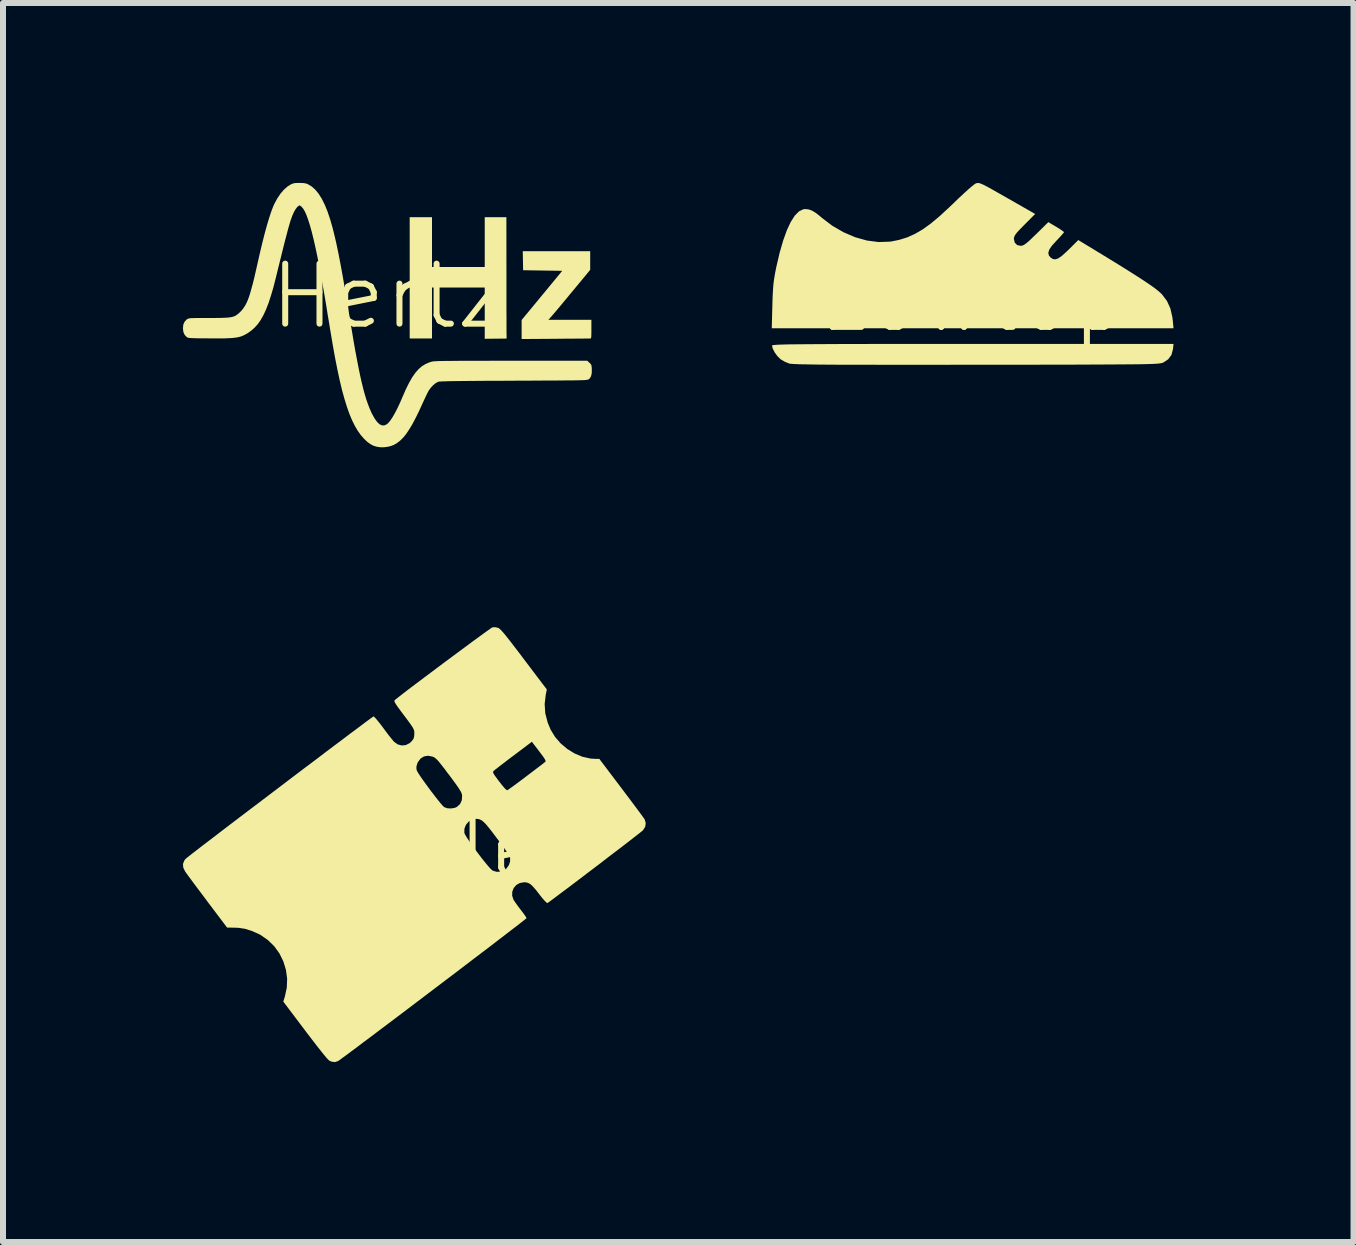
<source format=kicad_pcb>
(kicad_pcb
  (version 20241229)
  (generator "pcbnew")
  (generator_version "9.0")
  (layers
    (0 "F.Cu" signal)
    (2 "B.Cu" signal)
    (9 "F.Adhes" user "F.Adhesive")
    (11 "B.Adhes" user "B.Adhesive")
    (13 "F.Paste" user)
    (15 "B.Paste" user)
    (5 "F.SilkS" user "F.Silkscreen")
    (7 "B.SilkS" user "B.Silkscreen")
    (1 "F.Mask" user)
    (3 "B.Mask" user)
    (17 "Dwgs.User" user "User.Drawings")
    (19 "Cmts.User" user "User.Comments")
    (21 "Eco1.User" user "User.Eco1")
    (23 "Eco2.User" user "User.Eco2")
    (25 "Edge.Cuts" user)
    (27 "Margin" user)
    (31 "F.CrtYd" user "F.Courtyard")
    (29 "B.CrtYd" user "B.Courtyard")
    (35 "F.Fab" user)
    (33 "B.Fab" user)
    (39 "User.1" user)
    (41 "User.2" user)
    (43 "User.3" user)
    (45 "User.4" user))
  (footprint "Hertz"
    (layer "F.Cu")
    (at 3.419 2.388)
    (property "Reference" "Hertz" (at 0 -0.5 0) (unlocked yes) (layer "F.SilkS") (effects (font (size 1 1) (thickness 0.1))))
    (attr smd)
    (fp_poly (pts (xy 0.733 -1.402) (xy 0.733 -0.987) (xy 1.172 -0.987) (xy 1.612 -0.987) (xy 1.612 -1.402) (xy 1.612 -1.817) (xy 1.793 -1.817) (xy 1.973 -1.817) (xy 1.974 -0.872) (xy 1.974 -0.736) (xy 1.974 -0.605) (xy 1.974 -0.479) (xy 1.974 -0.361) (xy 1.974 -0.252) (xy 1.975 -0.153) (xy 1.975 -0.066) (xy 1.975 0.008) (xy 1.975 0.067) (xy 1.975 0.11) (xy 1.976 0.135) (xy 1.976 0.14) (xy 1.977 0.206) (xy 1.794 0.208) (xy 1.612 0.21) (xy 1.612 -0.217) (xy 1.612 -0.645) (xy 1.172 -0.645) (xy 0.733 -0.645) (xy 0.733 -0.22) (xy 0.733 0.205) (xy 0.547 0.205) (xy 0.361 0.205) (xy 0.361 -0.806) (xy 0.361 -1.817) (xy 0.547 -1.817) (xy 0.733 -1.817)) (stroke (width 0) (type solid)) (fill yes) (layer "F.SilkS"))
    (fp_poly (pts (xy 3.37 -1.095) (xy 3.37 -0.939) (xy 3.295 -0.848) (xy 3.271 -0.819) (xy 3.237 -0.778) (xy 3.194 -0.726) (xy 3.145 -0.667) (xy 3.091 -0.602) (xy 3.034 -0.533) (xy 2.981 -0.469) (xy 2.926 -0.403) (xy 2.874 -0.34) (xy 2.826 -0.283) (xy 2.784 -0.233) (xy 2.749 -0.192) (xy 2.723 -0.162) (xy 2.708 -0.145) (xy 2.708 -0.144) (xy 2.673 -0.107) (xy 3.031 -0.107) (xy 3.39 -0.107) (xy 3.39 0.049) (xy 3.39 0.108) (xy 3.389 0.15) (xy 3.388 0.177) (xy 3.385 0.194) (xy 3.381 0.203) (xy 3.375 0.205) (xy 3.373 0.205) (xy 3.36 0.206) (xy 3.33 0.206) (xy 3.283 0.206) (xy 3.223 0.207) (xy 3.15 0.207) (xy 3.066 0.208) (xy 2.974 0.208) (xy 2.875 0.209) (xy 2.792 0.21) (xy 2.227 0.214) (xy 2.227 0.056) (xy 2.227 -0.103) (xy 2.566 -0.513) (xy 2.904 -0.923) (xy 2.578 -0.928) (xy 2.252 -0.933) (xy 2.249 -1.092) (xy 2.246 -1.25) (xy 2.808 -1.25) (xy 3.37 -1.25)) (stroke (width 0) (type solid)) (fill yes) (layer "F.SilkS"))
    (fp_poly (pts (xy -1.425 -2.387) (xy -1.387 -2.383) (xy -1.358 -2.376) (xy -1.338 -2.368) (xy -1.274 -2.33) (xy -1.214 -2.277) (xy -1.158 -2.209) (xy -1.105 -2.125) (xy -1.055 -2.025) (xy -1.007 -1.907) (xy -0.962 -1.771) (xy -0.928 -1.653) (xy -0.908 -1.575) (xy -0.888 -1.492) (xy -0.867 -1.404) (xy -0.847 -1.308) (xy -0.825 -1.204) (xy -0.803 -1.089) (xy -0.779 -0.963) (xy -0.754 -0.825) (xy -0.728 -0.672) (xy -0.699 -0.505) (xy -0.668 -0.32) (xy -0.639 -0.142) (xy -0.605 0.063) (xy -0.574 0.25) (xy -0.544 0.42) (xy -0.515 0.573) (xy -0.488 0.712) (xy -0.462 0.837) (xy -0.436 0.95) (xy -0.411 1.052) (xy -0.386 1.143) (xy -0.361 1.225) (xy -0.335 1.299) (xy -0.309 1.367) (xy -0.282 1.429) (xy -0.266 1.463) (xy -0.223 1.54) (xy -0.181 1.598) (xy -0.14 1.636) (xy -0.099 1.654) (xy -0.058 1.653) (xy -0.018 1.633) (xy -0.006 1.623) (xy 0.029 1.585) (xy 0.068 1.529) (xy 0.11 1.457) (xy 0.156 1.369) (xy 0.204 1.266) (xy 0.245 1.171) (xy 0.299 1.047) (xy 0.352 0.941) (xy 0.403 0.852) (xy 0.455 0.778) (xy 0.508 0.717) (xy 0.563 0.669) (xy 0.623 0.632) (xy 0.687 0.604) (xy 0.73 0.591) (xy 0.74 0.589) (xy 0.754 0.587) (xy 0.773 0.585) (xy 0.798 0.584) (xy 0.83 0.582) (xy 0.87 0.581) (xy 0.918 0.58) (xy 0.977 0.579) (xy 1.046 0.579) (xy 1.127 0.578) (xy 1.221 0.577) (xy 1.329 0.577) (xy 1.452 0.577) (xy 1.591 0.577) (xy 1.746 0.576) (xy 1.919 0.576) (xy 2.054 0.576) (xy 3.322 0.576) (xy 3.357 0.609) (xy 3.376 0.627) (xy 3.387 0.644) (xy 3.393 0.665) (xy 3.396 0.697) (xy 3.397 0.714) (xy 3.396 0.781) (xy 3.385 0.832) (xy 3.363 0.87) (xy 3.348 0.883) (xy 3.343 0.886) (xy 3.339 0.889) (xy 3.332 0.891) (xy 3.323 0.893) (xy 3.31 0.895) (xy 3.293 0.897) (xy 3.269 0.899) (xy 3.239 0.9) (xy 3.201 0.901) (xy 3.155 0.902) (xy 3.098 0.903) (xy 3.031 0.904) (xy 2.951 0.904) (xy 2.859 0.905) (xy 2.752 0.906) (xy 2.631 0.906) (xy 2.493 0.907) (xy 2.339 0.908) (xy 2.166 0.908) (xy 2.097 0.909) (xy 1.91 0.91) (xy 1.741 0.91) (xy 1.59 0.911) (xy 1.455 0.912) (xy 1.337 0.913) (xy 1.234 0.914) (xy 1.145 0.915) (xy 1.069 0.916) (xy 1.005 0.917) (xy 0.954 0.919) (xy 0.912 0.92) (xy 0.881 0.922) (xy 0.858 0.923) (xy 0.843 0.925) (xy 0.837 0.927) (xy 0.797 0.947) (xy 0.755 0.981) (xy 0.714 1.024) (xy 0.684 1.065) (xy 0.67 1.089) (xy 0.65 1.127) (xy 0.627 1.176) (xy 0.601 1.231) (xy 0.577 1.283) (xy 0.515 1.419) (xy 0.457 1.536) (xy 0.403 1.638) (xy 0.351 1.724) (xy 0.302 1.797) (xy 0.253 1.857) (xy 0.204 1.906) (xy 0.154 1.945) (xy 0.102 1.976) (xy 0.062 1.993) (xy 0.003 2.009) (xy -0.064 2.018) (xy -0.132 2.018) (xy -0.19 2.009) (xy -0.191 2.009) (xy -0.247 1.991) (xy -0.297 1.964) (xy -0.346 1.928) (xy -0.4 1.877) (xy -0.401 1.876) (xy -0.454 1.815) (xy -0.505 1.744) (xy -0.553 1.662) (xy -0.599 1.569) (xy -0.644 1.463) (xy -0.686 1.343) (xy -0.727 1.21) (xy -0.768 1.061) (xy -0.807 0.897) (xy -0.846 0.715) (xy -0.885 0.517) (xy -0.924 0.299) (xy -0.932 0.249) (xy -0.947 0.161) (xy -0.964 0.061) (xy -0.981 -0.045) (xy -0.999 -0.15) (xy -1.015 -0.246) (xy -1.021 -0.288) (xy -1.061 -0.527) (xy -1.1 -0.747) (xy -1.137 -0.947) (xy -1.172 -1.13) (xy -1.206 -1.294) (xy -1.239 -1.44) (xy -1.271 -1.569) (xy -1.302 -1.681) (xy -1.332 -1.775) (xy -1.36 -1.853) (xy -1.388 -1.915) (xy -1.416 -1.961) (xy -1.442 -1.992) (xy -1.448 -1.996) (xy -1.475 -2.016) (xy -1.502 -1.997) (xy -1.521 -1.978) (xy -1.543 -1.948) (xy -1.56 -1.919) (xy -1.572 -1.896) (xy -1.584 -1.87) (xy -1.596 -1.842) (xy -1.608 -1.808) (xy -1.622 -1.77) (xy -1.636 -1.724) (xy -1.652 -1.67) (xy -1.67 -1.606) (xy -1.689 -1.532) (xy -1.712 -1.446) (xy -1.737 -1.348) (xy -1.765 -1.235) (xy -1.797 -1.106) (xy -1.833 -0.961) (xy -1.871 -0.806) (xy -1.911 -0.648) (xy -1.952 -0.509) (xy -1.992 -0.386) (xy -2.034 -0.278) (xy -2.077 -0.185) (xy -2.122 -0.105) (xy -2.171 -0.035) (xy -2.224 0.024) (xy -2.281 0.074) (xy -2.343 0.118) (xy -2.347 0.12) (xy -2.382 0.14) (xy -2.417 0.157) (xy -2.452 0.171) (xy -2.492 0.182) (xy -2.537 0.19) (xy -2.59 0.196) (xy -2.652 0.2) (xy -2.727 0.203) (xy -2.816 0.204) (xy -2.922 0.204) (xy -2.982 0.203) (xy -3.074 0.202) (xy -3.148 0.202) (xy -3.207 0.201) (xy -3.252 0.199) (xy -3.287 0.198) (xy -3.311 0.196) (xy -3.329 0.193) (xy -3.341 0.189) (xy -3.35 0.185) (xy -3.357 0.18) (xy -3.392 0.143) (xy -3.413 0.093) (xy -3.419 0.034) (xy -3.413 -0.027) (xy -3.392 -0.074) (xy -3.358 -0.111) (xy -3.352 -0.115) (xy -3.342 -0.121) (xy -3.333 -0.125) (xy -3.32 -0.129) (xy -3.304 -0.132) (xy -3.28 -0.134) (xy -3.247 -0.135) (xy -3.204 -0.136) (xy -3.147 -0.137) (xy -3.075 -0.137) (xy -2.989 -0.137) (xy -2.887 -0.137) (xy -2.803 -0.138) (xy -2.734 -0.14) (xy -2.678 -0.143) (xy -2.632 -0.148) (xy -2.596 -0.155) (xy -2.566 -0.164) (xy -2.54 -0.177) (xy -2.517 -0.192) (xy -2.493 -0.211) (xy -2.481 -0.222) (xy -2.449 -0.253) (xy -2.421 -0.286) (xy -2.395 -0.323) (xy -2.37 -0.366) (xy -2.346 -0.416) (xy -2.323 -0.475) (xy -2.3 -0.545) (xy -2.277 -0.627) (xy -2.251 -0.722) (xy -2.224 -0.833) (xy -2.195 -0.961) (xy -2.178 -1.036) (xy -2.135 -1.226) (xy -2.094 -1.397) (xy -2.055 -1.55) (xy -2.018 -1.685) (xy -1.983 -1.802) (xy -1.95 -1.903) (xy -1.918 -1.987) (xy -1.9 -2.029) (xy -1.85 -2.124) (xy -1.795 -2.207) (xy -1.735 -2.277) (xy -1.673 -2.331) (xy -1.623 -2.362) (xy -1.594 -2.375) (xy -1.568 -2.383) (xy -1.538 -2.387) (xy -1.498 -2.388) (xy -1.475 -2.388)) (stroke (width 0) (type solid)) (fill yes) (layer "F.SilkS")))
  (footprint "Raffle"
    (layer "F.Cu")
    (at 3.757 11.594)
    (property "Reference" "Raffle" (at 0 -0.5 0) (unlocked yes) (layer "F.SilkS") (effects (font (size 1 1) (thickness 0.1))))
    (attr smd)
    (fp_poly (pts (xy 1.49 -4.179) (xy 1.493 -4.178) (xy 1.507 -4.172) (xy 1.524 -4.159) (xy 1.546 -4.139) (xy 1.573 -4.109) (xy 1.609 -4.067) (xy 1.653 -4.012) (xy 1.709 -3.941) (xy 1.777 -3.852) (xy 1.86 -3.744) (xy 1.926 -3.656) (xy 2.309 -3.15) (xy 2.291 -3.061) (xy 2.273 -2.907) (xy 2.283 -2.754) (xy 2.323 -2.599) (xy 2.373 -2.479) (xy 2.447 -2.358) (xy 2.541 -2.25) (xy 2.651 -2.157) (xy 2.774 -2.082) (xy 2.903 -2.028) (xy 3.037 -1.998) (xy 3.117 -1.993) (xy 3.184 -1.993) (xy 3.554 -1.504) (xy 3.633 -1.399) (xy 3.707 -1.301) (xy 3.774 -1.211) (xy 3.832 -1.133) (xy 3.88 -1.068) (xy 3.915 -1.02) (xy 3.936 -0.99) (xy 3.941 -0.983) (xy 3.958 -0.922) (xy 3.949 -0.86) (xy 3.913 -0.804) (xy 3.911 -0.801) (xy 3.894 -0.787) (xy 3.857 -0.757) (xy 3.802 -0.714) (xy 3.731 -0.659) (xy 3.646 -0.593) (xy 3.55 -0.519) (xy 3.445 -0.439) (xy 3.333 -0.354) (xy 3.218 -0.265) (xy 3.1 -0.175) (xy 2.982 -0.086) (xy 2.867 0.002) (xy 2.757 0.085) (xy 2.654 0.163) (xy 2.56 0.233) (xy 2.479 0.294) (xy 2.411 0.345) (xy 2.361 0.382) (xy 2.328 0.405) (xy 2.32 0.411) (xy 2.305 0.404) (xy 2.276 0.376) (xy 2.235 0.33) (xy 2.186 0.268) (xy 2.128 0.193) (xy 2.081 0.139) (xy 2.043 0.102) (xy 2.008 0.08) (xy 1.974 0.068) (xy 1.936 0.064) (xy 1.93 0.064) (xy 1.858 0.077) (xy 1.8 0.11) (xy 1.757 0.16) (xy 1.733 0.221) (xy 1.731 0.288) (xy 1.754 0.356) (xy 1.759 0.364) (xy 1.781 0.397) (xy 1.815 0.445) (xy 1.856 0.5) (xy 1.88 0.531) (xy 1.918 0.581) (xy 1.948 0.623) (xy 1.967 0.653) (xy 1.971 0.663) (xy 1.96 0.672) (xy 1.928 0.698) (xy 1.876 0.739) (xy 1.806 0.794) (xy 1.719 0.86) (xy 1.618 0.938) (xy 1.503 1.026) (xy 1.377 1.123) (xy 1.24 1.227) (xy 1.095 1.337) (xy 0.943 1.453) (xy 0.786 1.573) (xy 0.624 1.695) (xy 0.461 1.819) (xy 0.297 1.943) (xy 0.134 2.067) (xy -0.026 2.188) (xy -0.182 2.306) (xy -0.333 2.42) (xy -0.476 2.527) (xy -0.61 2.629) (xy -0.734 2.721) (xy -0.845 2.805) (xy -0.943 2.878) (xy -1.026 2.94) (xy -1.092 2.988) (xy -1.139 3.023) (xy -1.166 3.042) (xy -1.171 3.045) (xy -1.222 3.062) (xy -1.275 3.056) (xy -1.307 3.044) (xy -1.325 3.031) (xy -1.355 3.001) (xy -1.396 2.953) (xy -1.45 2.886) (xy -1.518 2.8) (xy -1.601 2.692) (xy -1.7 2.563) (xy -1.717 2.54) (xy -2.084 2.054) (xy -2.058 1.97) (xy -2.026 1.822) (xy -2.02 1.672) (xy -2.04 1.525) (xy -2.083 1.384) (xy -2.148 1.252) (xy -2.234 1.132) (xy -2.339 1.029) (xy -2.461 0.944) (xy -2.501 0.923) (xy -2.617 0.873) (xy -2.724 0.84) (xy -2.83 0.824) (xy -2.907 0.821) (xy -3.021 0.82) (xy -3.35 0.384) (xy -3.425 0.283) (xy -3.497 0.188) (xy -3.562 0.101) (xy -3.618 0.025) (xy -3.665 -0.038) (xy -3.698 -0.083) (xy -3.717 -0.11) (xy -3.718 -0.111) (xy -3.751 -0.178) (xy -3.757 -0.24) (xy -3.734 -0.299) (xy -3.711 -0.328) (xy -3.695 -0.341) (xy -3.658 -0.37) (xy -3.602 -0.414) (xy -3.528 -0.471) (xy -3.438 -0.541) (xy -3.333 -0.621) (xy -3.215 -0.711) (xy -3.153 -0.759) (xy 0.934 -0.759) (xy 0.935 -0.757) (xy 0.947 -0.73) (xy 0.974 -0.684) (xy 1.013 -0.625) (xy 1.061 -0.556) (xy 1.115 -0.481) (xy 1.173 -0.404) (xy 1.23 -0.329) (xy 1.285 -0.261) (xy 1.333 -0.203) (xy 1.373 -0.159) (xy 1.4 -0.134) (xy 1.404 -0.131) (xy 1.47 -0.11) (xy 1.539 -0.113) (xy 1.604 -0.14) (xy 1.639 -0.168) (xy 1.677 -0.222) (xy 1.697 -0.285) (xy 1.697 -0.346) (xy 1.686 -0.38) (xy 1.672 -0.401) (xy 1.644 -0.441) (xy 1.605 -0.496) (xy 1.556 -0.564) (xy 1.5 -0.639) (xy 1.468 -0.681) (xy 1.397 -0.775) (xy 1.339 -0.849) (xy 1.293 -0.904) (xy 1.254 -0.943) (xy 1.221 -0.969) (xy 1.19 -0.984) (xy 1.159 -0.991) (xy 1.129 -0.993) (xy 1.061 -0.98) (xy 1.003 -0.944) (xy 0.96 -0.892) (xy 0.935 -0.828) (xy 0.934 -0.759) (xy -3.153 -0.759) (xy -3.086 -0.81) (xy -2.947 -0.916) (xy -2.8 -1.028) (xy -2.646 -1.145) (xy -2.487 -1.265) (xy -2.325 -1.388) (xy -2.161 -1.512) (xy -1.997 -1.637) (xy -1.835 -1.76) (xy -1.696 -1.865) (xy 0.135 -1.865) (xy 0.136 -1.821) (xy 0.14 -1.803) (xy 0.153 -1.777) (xy 0.181 -1.732) (xy 0.22 -1.674) (xy 0.269 -1.605) (xy 0.323 -1.531) (xy 0.379 -1.455) (xy 0.436 -1.381) (xy 0.489 -1.313) (xy 0.535 -1.256) (xy 0.572 -1.213) (xy 0.596 -1.19) (xy 0.599 -1.188) (xy 0.651 -1.169) (xy 0.715 -1.166) (xy 0.777 -1.177) (xy 0.81 -1.192) (xy 0.863 -1.24) (xy 0.892 -1.303) (xy 0.897 -1.378) (xy 0.893 -1.401) (xy 0.886 -1.425) (xy 0.872 -1.453) (xy 0.85 -1.489) (xy 0.818 -1.537) (xy 0.774 -1.598) (xy 0.716 -1.677) (xy 0.68 -1.725) (xy 0.645 -1.77) (xy 1.413 -1.77) (xy 1.419 -1.752) (xy 1.436 -1.723) (xy 1.467 -1.68) (xy 1.512 -1.619) (xy 1.515 -1.616) (xy 1.57 -1.545) (xy 1.612 -1.497) (xy 1.64 -1.473) (xy 1.651 -1.47) (xy 1.667 -1.48) (xy 1.703 -1.506) (xy 1.755 -1.543) (xy 1.82 -1.591) (xy 1.895 -1.647) (xy 1.968 -1.702) (xy 2.048 -1.763) (xy 2.122 -1.819) (xy 2.186 -1.868) (xy 2.237 -1.906) (xy 2.27 -1.933) (xy 2.284 -1.943) (xy 2.289 -1.954) (xy 2.284 -1.972) (xy 2.268 -2.001) (xy 2.238 -2.044) (xy 2.192 -2.105) (xy 2.181 -2.12) (xy 2.06 -2.278) (xy 1.755 -2.048) (xy 1.672 -1.986) (xy 1.597 -1.928) (xy 1.53 -1.877) (xy 1.478 -1.836) (xy 1.441 -1.808) (xy 1.425 -1.794) (xy 1.415 -1.783) (xy 1.413 -1.77) (xy 0.645 -1.77) (xy 0.613 -1.814) (xy 0.56 -1.882) (xy 0.519 -1.934) (xy 0.487 -1.971) (xy 0.461 -1.996) (xy 0.439 -2.013) (xy 0.418 -2.025) (xy 0.406 -2.03) (xy 0.331 -2.045) (xy 0.262 -2.034) (xy 0.204 -1.998) (xy 0.16 -1.939) (xy 0.15 -1.916) (xy 0.135 -1.865) (xy -1.696 -1.865) (xy -1.675 -1.88) (xy -1.52 -1.997) (xy -1.372 -2.11) (xy -1.231 -2.216) (xy -1.1 -2.314) (xy -0.98 -2.405) (xy -0.872 -2.485) (xy -0.779 -2.555) (xy -0.702 -2.613) (xy -0.642 -2.657) (xy -0.601 -2.686) (xy -0.581 -2.7) (xy -0.58 -2.701) (xy -0.567 -2.692) (xy -0.54 -2.663) (xy -0.503 -2.619) (xy -0.458 -2.562) (xy -0.421 -2.513) (xy -0.371 -2.445) (xy -0.323 -2.382) (xy -0.281 -2.33) (xy -0.25 -2.292) (xy -0.238 -2.278) (xy -0.177 -2.234) (xy -0.11 -2.216) (xy -0.042 -2.223) (xy 0.022 -2.255) (xy 0.056 -2.287) (xy 0.083 -2.322) (xy 0.096 -2.358) (xy 0.1 -2.405) (xy 0.1 -2.413) (xy 0.1 -2.44) (xy 0.097 -2.463) (xy 0.089 -2.486) (xy 0.075 -2.514) (xy 0.051 -2.551) (xy 0.017 -2.599) (xy -0.031 -2.664) (xy -0.074 -2.721) (xy -0.133 -2.8) (xy -0.177 -2.86) (xy -0.207 -2.904) (xy -0.224 -2.934) (xy -0.232 -2.954) (xy -0.231 -2.966) (xy -0.227 -2.971) (xy -0.205 -2.99) (xy -0.163 -3.023) (xy -0.104 -3.069) (xy -0.029 -3.127) (xy 0.059 -3.194) (xy 0.158 -3.268) (xy 0.265 -3.349) (xy 0.379 -3.434) (xy 0.496 -3.522) (xy 0.615 -3.611) (xy 0.734 -3.699) (xy 0.85 -3.785) (xy 0.961 -3.867) (xy 1.064 -3.944) (xy 1.158 -4.012) (xy 1.24 -4.072) (xy 1.308 -4.121) (xy 1.359 -4.157) (xy 1.392 -4.18) (xy 1.404 -4.186) (xy 1.444 -4.188)) (stroke (width 0) (type solid)) (fill yes) (layer "F.SilkS")))
  (footprint "Lowtop"
    (layer "F.Cu")
    (at 13.165 2.442)
    (property "Reference" "Lowtop" (at 0 -0.5 0) (unlocked yes) (layer "F.SilkS") (effects (font (size 1 1) (thickness 0.1))))
    (attr smd)
    (fp_poly (pts (xy 3.34 0.327) (xy 3.315 0.423) (xy 3.261 0.497) (xy 3.185 0.548) (xy 3.175 0.553) (xy 3.164 0.557) (xy 3.15 0.561) (xy 3.131 0.565) (xy 3.105 0.568) (xy 3.071 0.571) (xy 3.028 0.574) (xy 2.972 0.576) (xy 2.904 0.578) (xy 2.82 0.58) (xy 2.719 0.581) (xy 2.6 0.582) (xy 2.461 0.583) (xy 2.3 0.584) (xy 2.115 0.585) (xy 1.905 0.586) (xy 1.668 0.587) (xy 1.402 0.587) (xy 1.106 0.588) (xy 0.777 0.588) (xy 0.414 0.588) (xy 0.065 0.589) (xy -0.34 0.589) (xy -0.71 0.59) (xy -1.046 0.59) (xy -1.349 0.59) (xy -1.621 0.589) (xy -1.864 0.589) (xy -2.079 0.589) (xy -2.268 0.588) (xy -2.433 0.587) (xy -2.574 0.586) (xy -2.694 0.584) (xy -2.794 0.582) (xy -2.876 0.581) (xy -2.941 0.578) (xy -2.991 0.576) (xy -3.027 0.573) (xy -3.051 0.57) (xy -3.062 0.567) (xy -3.13 0.539) (xy -3.196 0.501) (xy -3.206 0.493) (xy -3.255 0.445) (xy -3.3 0.383) (xy -3.332 0.321) (xy -3.345 0.27) (xy -3.342 0.267) (xy -3.333 0.263) (xy -3.316 0.26) (xy -3.289 0.258) (xy -3.252 0.255) (xy -3.201 0.253) (xy -3.137 0.251) (xy -3.056 0.249) (xy -2.959 0.248) (xy -2.842 0.247) (xy -2.705 0.246) (xy -2.547 0.245) (xy -2.364 0.244) (xy -2.156 0.243) (xy -1.922 0.243) (xy -1.659 0.242) (xy -1.367 0.242) (xy -1.043 0.242) (xy -0.687 0.242) (xy -0.295 0.242) (xy 0.002 0.242) (xy 3.349 0.242)) (stroke (width 0) (type solid)) (fill yes) (layer "F.SilkS"))
    (fp_poly (pts (xy 0.11 -2.439) (xy 0.141 -2.429) (xy 0.183 -2.41) (xy 0.242 -2.38) (xy 0.32 -2.337) (xy 0.422 -2.279) (xy 0.552 -2.205) (xy 0.577 -2.191) (xy 1.042 -1.925) (xy 0.865 -1.747) (xy 0.791 -1.672) (xy 0.74 -1.617) (xy 0.709 -1.576) (xy 0.693 -1.544) (xy 0.688 -1.515) (xy 0.687 -1.511) (xy 0.702 -1.446) (xy 0.743 -1.406) (xy 0.803 -1.394) (xy 0.83 -1.398) (xy 0.86 -1.412) (xy 0.9 -1.441) (xy 0.953 -1.487) (xy 1.024 -1.556) (xy 1.061 -1.591) (xy 1.262 -1.789) (xy 1.393 -1.711) (xy 1.453 -1.674) (xy 1.499 -1.643) (xy 1.522 -1.624) (xy 1.524 -1.622) (xy 1.511 -1.604) (xy 1.479 -1.567) (xy 1.431 -1.515) (xy 1.394 -1.476) (xy 1.32 -1.394) (xy 1.276 -1.328) (xy 1.261 -1.275) (xy 1.272 -1.231) (xy 1.297 -1.201) (xy 1.337 -1.174) (xy 1.378 -1.168) (xy 1.426 -1.184) (xy 1.485 -1.224) (xy 1.559 -1.291) (xy 1.6 -1.33) (xy 1.761 -1.49) (xy 2.028 -1.328) (xy 2.251 -1.192) (xy 2.445 -1.073) (xy 2.611 -0.969) (xy 2.75 -0.881) (xy 2.867 -0.805) (xy 2.961 -0.741) (xy 3.037 -0.687) (xy 3.095 -0.641) (xy 3.137 -0.604) (xy 3.157 -0.584) (xy 3.24 -0.474) (xy 3.296 -0.351) (xy 3.329 -0.207) (xy 3.336 -0.152) (xy 3.349 -0.019) (xy 0.00006 -0.019) (xy -3.349 -0.019) (xy -3.339 -0.395) (xy -3.335 -0.536) (xy -3.329 -0.65) (xy -3.322 -0.747) (xy -3.311 -0.835) (xy -3.296 -0.925) (xy -3.276 -1.027) (xy -3.273 -1.041) (xy -3.218 -1.277) (xy -3.159 -1.482) (xy -3.097 -1.654) (xy -3.032 -1.793) (xy -2.964 -1.899) (xy -2.894 -1.969) (xy -2.823 -2.003) (xy -2.791 -2.007) (xy -2.734 -2.001) (xy -2.678 -1.981) (xy -2.615 -1.943) (xy -2.539 -1.883) (xy -2.512 -1.859) (xy -2.339 -1.728) (xy -2.152 -1.62) (xy -1.958 -1.537) (xy -1.762 -1.482) (xy -1.569 -1.457) (xy -1.385 -1.463) (xy -1.358 -1.466) (xy -1.221 -1.494) (xy -1.09 -1.535) (xy -0.963 -1.592) (xy -0.834 -1.667) (xy -0.699 -1.764) (xy -0.554 -1.885) (xy -0.394 -2.032) (xy -0.325 -2.098) (xy -0.233 -2.187) (xy -0.146 -2.268) (xy -0.069 -2.338) (xy -0.007 -2.391) (xy 0.036 -2.424) (xy 0.051 -2.433) (xy 0.069 -2.439) (xy 0.088 -2.442)) (stroke (width 0) (type solid)) (fill yes) (layer "F.SilkS")))
  (gr_rect
    (start -3 -3)
    (end 19.515 17.656)
    (stroke (width 0.1) (type default))
    (fill no)
    (layer "Edge.Cuts")))
</source>
